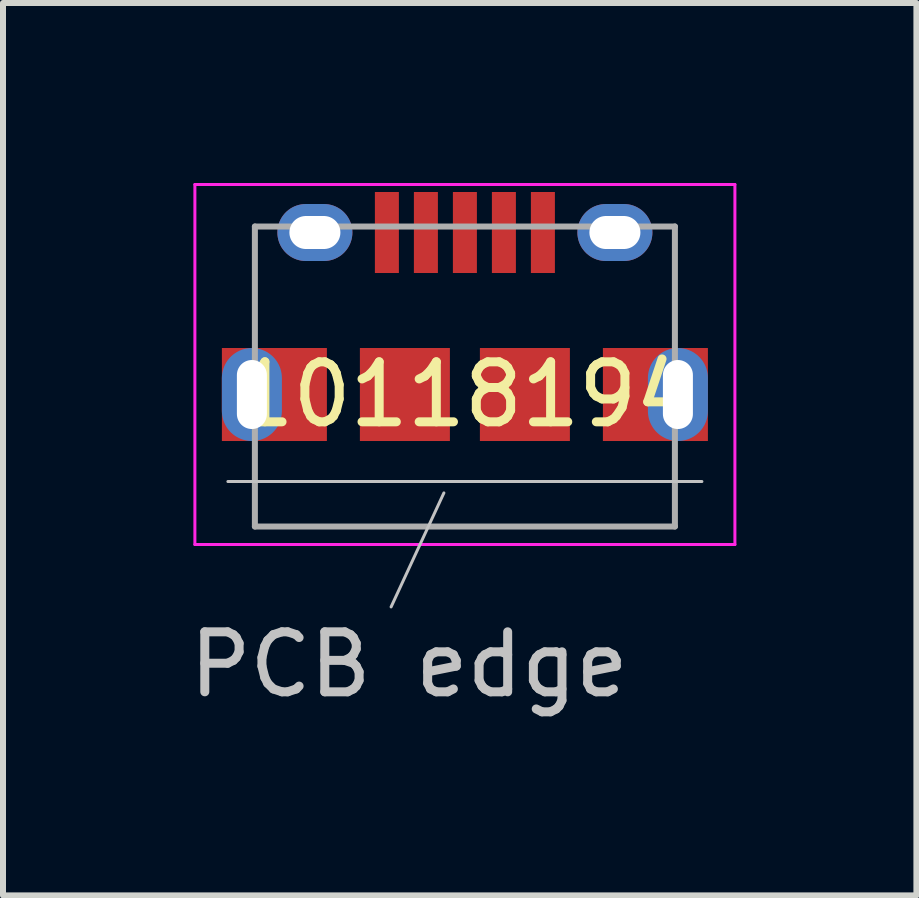
<source format=kicad_pcb>
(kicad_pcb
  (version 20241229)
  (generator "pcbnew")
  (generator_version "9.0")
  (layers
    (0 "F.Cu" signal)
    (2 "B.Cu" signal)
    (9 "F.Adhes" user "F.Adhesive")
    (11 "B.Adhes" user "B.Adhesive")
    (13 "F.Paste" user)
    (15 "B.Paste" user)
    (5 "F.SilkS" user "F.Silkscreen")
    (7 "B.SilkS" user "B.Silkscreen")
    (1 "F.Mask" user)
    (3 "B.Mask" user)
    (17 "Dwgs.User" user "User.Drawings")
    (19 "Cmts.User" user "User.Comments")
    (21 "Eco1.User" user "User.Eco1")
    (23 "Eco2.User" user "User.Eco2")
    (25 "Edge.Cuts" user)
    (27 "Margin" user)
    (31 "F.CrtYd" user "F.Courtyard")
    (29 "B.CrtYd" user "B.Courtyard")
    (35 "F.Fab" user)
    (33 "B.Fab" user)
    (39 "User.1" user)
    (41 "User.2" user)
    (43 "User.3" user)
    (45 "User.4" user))
  (footprint "10118194"
    (layer "F.Cu")
    (at 4.698 3.525)
    (property "Reference" "10118194" (at 0 0 0) (layer "F.SilkS") (effects (font (size 1 1) (thickness 0.15))))
    (attr through_hole)
    (fp_line (start -3.95 1.45) (end 3.95 1.45) (stroke (width 0.05) (type solid)) (layer "Dwgs.User"))
    (fp_line (start -1.23 3.54) (end -0.35 1.64) (stroke (width 0.05) (type solid)) (layer "Dwgs.User"))
    (fp_line (start -4.5 -3.5) (end -4.5 2.5) (stroke (width 0.05) (type solid)) (layer "F.CrtYd"))
    (fp_line (start -4.5 2.5) (end 4.5 2.5) (stroke (width 0.05) (type solid)) (layer "F.CrtYd"))
    (fp_line (start 4.5 -3.5) (end -4.5 -3.5) (stroke (width 0.05) (type solid)) (layer "F.CrtYd"))
    (fp_line (start 4.5 2.5) (end 4.5 -3.5) (stroke (width 0.05) (type solid)) (layer "F.CrtYd"))
    (fp_line (start -3.5 -2.8) (end -3.5 2.2) (stroke (width 0.1) (type solid)) (layer "F.Fab"))
    (fp_line (start -3.5 2.2) (end 3.5 2.2) (stroke (width 0.1) (type solid)) (layer "F.Fab"))
    (fp_line (start 3.5 -2.8) (end -3.5 -2.8) (stroke (width 0.1) (type solid)) (layer "F.Fab"))
    (fp_line (start 3.5 2.2) (end 3.5 -2.8) (stroke (width 0.1) (type solid)) (layer "F.Fab"))
    (fp_text user "PCB edge" (at -0.93 4.5 0) (layer "Dwgs.User") (effects (font (size 1 1) (thickness 0.15))))
    (pad "" thru_hole oval (at -3.55 0) (size 1 1.55) (drill oval 0.5 1.15) (layers "*.Cu" "*.Mask"))
    (pad "" smd rect (at -3.175 0) (size 1.75 1.55) (layers "F.Cu" "F.Mask" "F.Paste"))
    (pad "" thru_hole oval (at -2.5 -2.7) (size 1.25 0.95) (drill oval 0.85 0.55) (layers "*.Cu" "*.Mask"))
    (pad "" thru_hole oval (at 2.5 -2.7) (size 1.25 0.95) (drill oval 0.85 0.55) (layers "*.Cu" "*.Mask"))
    (pad "" smd rect (at 3.175 0) (size 1.75 1.55) (layers "F.Cu" "F.Mask" "F.Paste"))
    (pad "" thru_hole oval (at 3.55 0) (size 1 1.55) (drill oval 0.5 1.15) (layers "*.Cu" "*.Mask"))
    (pad "1" smd rect (at -1.3 -2.7) (size 0.4 1.35) (layers "F.Cu" "F.Mask" "F.Paste"))
    (pad "2" smd rect (at -0.65 -2.7) (size 0.4 1.35) (layers "F.Cu" "F.Mask" "F.Paste"))
    (pad "3" smd rect (at 0 -2.7) (size 0.4 1.35) (layers "F.Cu" "F.Mask" "F.Paste"))
    (pad "4" smd rect (at 0.65 -2.7) (size 0.4 1.35) (layers "F.Cu" "F.Mask" "F.Paste"))
    (pad "5" smd rect (at 1.3 -2.7) (size 0.4 1.35) (layers "F.Cu" "F.Mask" "F.Paste"))
    (pad "6" smd rect (at -1 0) (size 1.5 1.55) (layers "F.Cu" "F.Mask" "F.Paste"))
    (pad "6" smd rect (at 1 0) (size 1.5 1.55) (layers "F.Cu" "F.Mask" "F.Paste")))
  (gr_rect
    (start -3 -3)
    (end 12.223 11.873)
    (stroke (width 0.1) (type default))
    (fill no)
    (layer "Edge.Cuts")))
</source>
